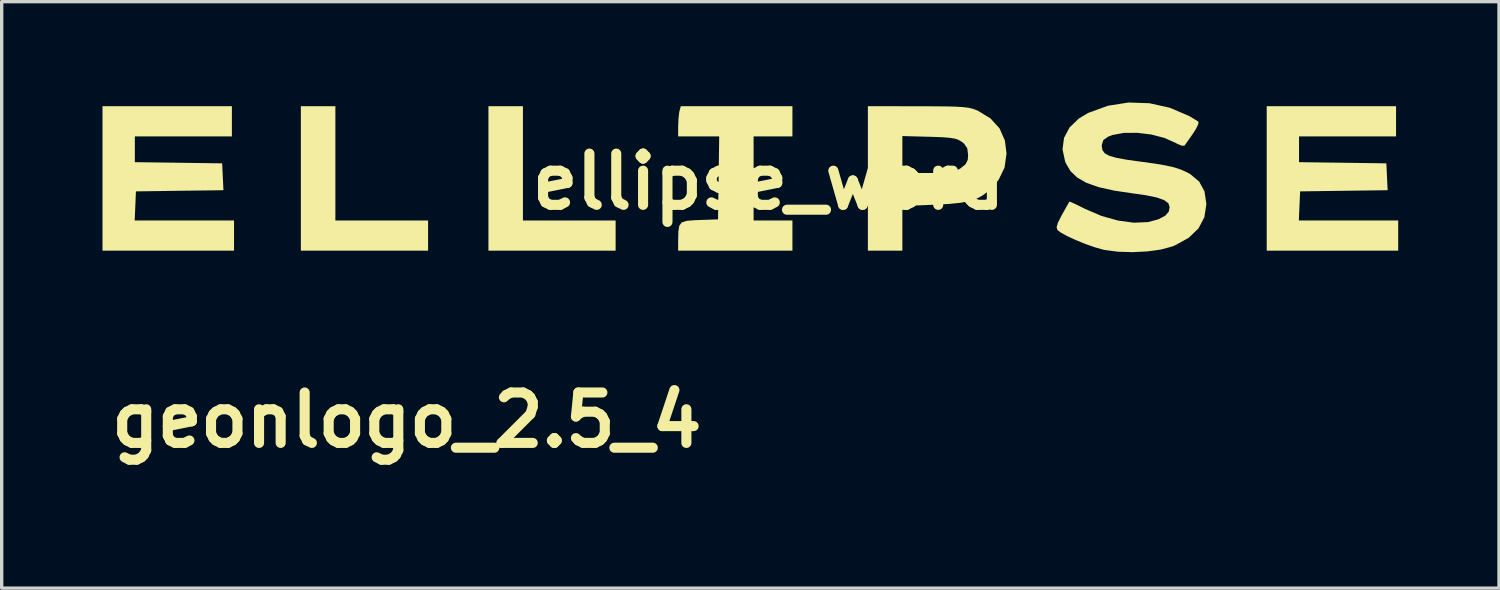
<source format=kicad_pcb>
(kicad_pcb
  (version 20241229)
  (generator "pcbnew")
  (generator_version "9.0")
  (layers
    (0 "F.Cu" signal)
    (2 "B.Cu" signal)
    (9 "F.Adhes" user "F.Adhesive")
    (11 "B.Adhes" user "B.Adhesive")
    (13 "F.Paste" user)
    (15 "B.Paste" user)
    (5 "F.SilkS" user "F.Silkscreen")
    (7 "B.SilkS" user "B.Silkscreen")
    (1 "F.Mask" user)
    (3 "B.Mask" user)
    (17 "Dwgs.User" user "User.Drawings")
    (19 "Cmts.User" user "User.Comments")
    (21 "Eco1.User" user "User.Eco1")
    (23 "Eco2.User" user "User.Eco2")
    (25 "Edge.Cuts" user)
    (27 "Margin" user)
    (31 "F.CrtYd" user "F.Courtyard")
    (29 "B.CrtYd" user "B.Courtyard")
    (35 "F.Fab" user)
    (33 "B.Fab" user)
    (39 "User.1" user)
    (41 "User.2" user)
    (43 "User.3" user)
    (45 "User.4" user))
  (footprint "ellipse_word"
    (layer "F.Cu")
    (at 19.82 2.355)
    (property "Reference" "ellipse_word" (at 0 0 0) (layer "F.SilkS") (effects (font (size 1.524 1.524) (thickness 0.3))))
    (attr board_only exclude_from_pos_files exclude_from_bom)
    (fp_poly (pts (xy -12.892 1.155) (xy -10.134 1.155) (xy -10.134 2.053) (xy -13.919 2.053) (xy -13.919 -2.245) (xy -12.892 -2.245)) (stroke (width 0) (type solid)) (fill yes) (layer "F.SilkS"))
    (fp_poly (pts (xy -7.312 1.155) (xy -4.554 1.155) (xy -4.554 2.053) (xy -8.338 2.053) (xy -8.338 -2.245) (xy -7.312 -2.245)) (stroke (width 0) (type solid)) (fill yes) (layer "F.SilkS"))
    (fp_poly (pts (xy 18.665 -1.347) (xy 15.779 -1.347) (xy 15.779 -0.58) (xy 17.078 -0.563) (xy 18.377 -0.545) (xy 18.415 0.254) (xy 17.113 0.271) (xy 15.811 0.289) (xy 15.792 0.722) (xy 15.773 1.155) (xy 18.729 1.155) (xy 18.729 2.053) (xy 14.817 2.053) (xy 14.817 -2.245) (xy 18.665 -2.245)) (stroke (width 0) (type solid)) (fill yes) (layer "F.SilkS"))
    (fp_poly (pts (xy -15.971 -1.347) (xy -18.858 -1.347) (xy -18.858 -0.58) (xy -17.559 -0.563) (xy -16.26 -0.545) (xy -16.241 -0.146) (xy -16.222 0.254) (xy -17.524 0.271) (xy -18.826 0.289) (xy -18.844 0.722) (xy -18.863 1.155) (xy -15.907 1.155) (xy -15.907 2.053) (xy -19.82 2.053) (xy -19.82 -2.245) (xy -15.971 -2.245)) (stroke (width 0) (type solid)) (fill yes) (layer "F.SilkS"))
    (fp_poly (pts (xy 0.706 -1.347) (xy -0.449 -1.347) (xy -0.449 1.155) (xy 0.706 1.155) (xy 0.706 2.053) (xy -2.694 2.053) (xy -2.693 1.748) (xy -2.688 1.48) (xy -2.659 1.308) (xy -2.583 1.211) (xy -2.435 1.164) (xy -2.193 1.146) (xy -2.062 1.141) (xy -1.507 1.122) (xy -1.49 -0.112) (xy -1.472 -1.347) (xy -2.694 -1.347) (xy -2.693 -1.652) (xy -2.684 -1.868) (xy -2.664 -2.052) (xy -2.654 -2.101) (xy -2.615 -2.245) (xy 0.706 -2.245)) (stroke (width 0) (type solid)) (fill yes) (layer "F.SilkS"))
    (fp_poly (pts (xy 4.442 -2.244) (xy 4.924 -2.242) (xy 5.297 -2.239) (xy 5.579 -2.231) (xy 5.789 -2.218) (xy 5.944 -2.199) (xy 6.065 -2.171) (xy 6.168 -2.134) (xy 6.222 -2.111) (xy 6.6 -1.881) (xy 6.869 -1.584) (xy 7.028 -1.222) (xy 7.076 -0.834) (xy 7.017 -0.419) (xy 6.838 -0.05) (xy 6.546 0.27) (xy 6.371 0.406) (xy 6.189 0.506) (xy 5.977 0.578) (xy 5.71 0.628) (xy 5.365 0.662) (xy 4.917 0.686) (xy 4.891 0.687) (xy 3.977 0.723) (xy 3.977 2.053) (xy 2.951 2.053) (xy 2.951 -1.357) (xy 3.977 -1.357) (xy 3.977 -0.257) (xy 4.737 -0.257) (xy 5.069 -0.259) (xy 5.302 -0.269) (xy 5.463 -0.29) (xy 5.582 -0.327) (xy 5.687 -0.385) (xy 5.715 -0.403) (xy 5.861 -0.523) (xy 5.923 -0.652) (xy 5.933 -0.797) (xy 5.909 -0.992) (xy 5.816 -1.127) (xy 5.752 -1.18) (xy 5.659 -1.238) (xy 5.546 -1.279) (xy 5.386 -1.305) (xy 5.153 -1.323) (xy 4.822 -1.335) (xy 4.774 -1.336) (xy 3.977 -1.357) (xy 2.951 -1.357) (xy 2.951 -2.245)) (stroke (width 0) (type solid)) (fill yes) (layer "F.SilkS"))
    (fp_poly (pts (xy 11.327 -2.334) (xy 11.938 -2.198) (xy 12.518 -1.949) (xy 12.784 -1.787) (xy 12.783 -1.718) (xy 12.718 -1.579) (xy 12.628 -1.437) (xy 12.505 -1.261) (xy 12.41 -1.127) (xy 12.373 -1.074) (xy 12.3 -1.068) (xy 12.164 -1.122) (xy 12.116 -1.148) (xy 11.779 -1.3) (xy 11.383 -1.403) (xy 10.967 -1.454) (xy 10.568 -1.451) (xy 10.225 -1.388) (xy 10.096 -1.338) (xy 9.956 -1.238) (xy 9.911 -1.093) (xy 9.91 -1.058) (xy 9.929 -0.94) (xy 9.996 -0.846) (xy 10.128 -0.772) (xy 10.34 -0.71) (xy 10.651 -0.653) (xy 11.016 -0.602) (xy 11.456 -0.542) (xy 11.793 -0.486) (xy 12.054 -0.428) (xy 12.263 -0.36) (xy 12.446 -0.277) (xy 12.547 -0.221) (xy 12.808 -0.003) (xy 12.966 0.29) (xy 13.021 0.659) (xy 13.021 0.673) (xy 12.962 1.058) (xy 12.787 1.391) (xy 12.496 1.67) (xy 12.092 1.893) (xy 11.994 1.932) (xy 11.669 2.019) (xy 11.263 2.075) (xy 10.821 2.097) (xy 10.385 2.083) (xy 10 2.033) (xy 9.954 2.023) (xy 9.702 1.952) (xy 9.417 1.852) (xy 9.13 1.735) (xy 8.873 1.616) (xy 8.68 1.508) (xy 8.589 1.436) (xy 8.566 1.355) (xy 8.605 1.22) (xy 8.713 1.007) (xy 8.728 0.98) (xy 8.835 0.79) (xy 8.914 0.651) (xy 8.947 0.594) (xy 9.005 0.613) (xy 9.148 0.679) (xy 9.349 0.778) (xy 9.402 0.805) (xy 9.899 1.019) (xy 10.396 1.158) (xy 10.867 1.221) (xy 11.29 1.202) (xy 11.593 1.12) (xy 11.8 1.012) (xy 11.903 0.893) (xy 11.929 0.755) (xy 11.892 0.643) (xy 11.769 0.55) (xy 11.551 0.472) (xy 11.224 0.404) (xy 10.866 0.353) (xy 10.284 0.267) (xy 9.818 0.163) (xy 9.453 0.035) (xy 9.177 -0.124) (xy 8.976 -0.318) (xy 8.838 -0.554) (xy 8.819 -0.602) (xy 8.742 -0.963) (xy 8.787 -1.303) (xy 8.95 -1.611) (xy 9.226 -1.878) (xy 9.506 -2.045) (xy 10.092 -2.259) (xy 10.706 -2.355)) (stroke (width 0) (type solid)) (fill yes) (layer "F.SilkS")))
  (footprint "geonlogo_2.5_4"
    (layer "F.Cu")
    (at 9.05 9.449)
    (property "Reference" "geonlogo_2.5_4" (at 0 0 0) (layer "F.SilkS") (effects (font (size 1.5 1.5) (thickness 0.3))))
    (attr board_only exclude_from_pos_files exclude_from_bom)
    (fp_poly (pts (xy 1.235 -0.743) (xy 1.235 -0.47) (xy 0.766 -0.001) (xy 0.297 0.468) (xy 0.296 0.741) (xy 0.296 1.015) (xy 0.023 0.742) (xy -0.249 0.469) (xy 0.493 -0.273) (xy 1.235 -1.015)) (stroke (width 0) (type solid)) (fill yes) (layer "F.Mask"))
    (fp_poly (pts (xy 1.235 -0.03) (xy 1.235 -0.025) (xy 1.235 -0.017) (xy 1.235 -0.007) (xy 1.235 0.006) (xy 1.235 0.022) (xy 1.235 0.039) (xy 1.235 0.059) (xy 1.235 0.081) (xy 1.235 0.104) (xy 1.235 0.129) (xy 1.235 0.155) (xy 1.235 0.183) (xy 1.235 0.211) (xy 1.235 0.219) (xy 1.235 0.469) (xy 0.984 0.469) (xy 0.734 0.469) (xy 0.984 0.219) (xy 1.008 0.195) (xy 1.031 0.171) (xy 1.054 0.149) (xy 1.076 0.127) (xy 1.097 0.106) (xy 1.117 0.086) (xy 1.135 0.067) (xy 1.153 0.05) (xy 1.169 0.034) (xy 1.183 0.019) (xy 1.196 0.007) (xy 1.208 -0.005) (xy 1.217 -0.014) (xy 1.225 -0.022) (xy 1.23 -0.027) (xy 1.233 -0.03) (xy 1.235 -0.031)) (stroke (width 0) (type solid)) (fill yes) (layer "F.Mask"))
    (fp_poly (pts (xy 1.235 -1.724) (xy 1.235 -1.451) (xy 0.275 -0.491) (xy -0.685 0.469) (xy -0.194 0.961) (xy 0.298 1.453) (xy 0.516 1.236) (xy 0.733 1.019) (xy 0.733 0.745) (xy 0.733 0.472) (xy 0.983 0.722) (xy 1.007 0.746) (xy 1.031 0.769) (xy 1.053 0.792) (xy 1.075 0.814) (xy 1.096 0.835) (xy 1.116 0.855) (xy 1.134 0.874) (xy 1.152 0.891) (xy 1.168 0.907) (xy 1.182 0.922) (xy 1.195 0.935) (xy 1.206 0.946) (xy 1.216 0.955) (xy 1.223 0.963) (xy 1.229 0.969) (xy 1.232 0.972) (xy 1.233 0.973) (xy 1.232 0.975) (xy 1.229 0.978) (xy 1.223 0.984) (xy 1.216 0.992) (xy 1.207 1.002) (xy 1.196 1.014) (xy 1.183 1.028) (xy 1.169 1.044) (xy 1.153 1.061) (xy 1.136 1.08) (xy 1.117 1.101) (xy 1.097 1.123) (xy 1.076 1.146) (xy 1.054 1.17) (xy 1.031 1.195) (xy 1.007 1.221) (xy 0.983 1.249) (xy 0.957 1.276) (xy 0.931 1.305) (xy 0.905 1.334) (xy 0.878 1.364) (xy 0.85 1.394) (xy 0.822 1.425) (xy 0.795 1.455) (xy 0.767 1.486) (xy 0.739 1.517) (xy 0.711 1.547) (xy 0.683 1.578) (xy 0.656 1.608) (xy 0.628 1.637) (xy 0.602 1.667) (xy 0.576 1.695) (xy 0.55 1.723) (xy 0.525 1.75) (xy 0.501 1.777) (xy 0.478 1.802) (xy 0.456 1.826) (xy 0.435 1.849) (xy 0.415 1.871) (xy 0.397 1.892) (xy 0.379 1.911) (xy 0.364 1.928) (xy 0.349 1.944) (xy 0.336 1.958) (xy 0.325 1.97) (xy 0.316 1.98) (xy 0.309 1.988) (xy 0.303 1.994) (xy 0.3 1.998) (xy 0.298 1.999) (xy 0.298 1.999) (xy 0.297 1.998) (xy 0.294 1.995) (xy 0.288 1.989) (xy 0.28 1.981) (xy 0.27 1.971) (xy 0.258 1.959) (xy 0.244 1.945) (xy 0.228 1.929) (xy 0.211 1.912) (xy 0.191 1.892) (xy 0.17 1.871) (xy 0.147 1.848) (xy 0.122 1.824) (xy 0.096 1.798) (xy 0.069 1.77) (xy 0.04 1.741) (xy 0.009 1.711) (xy -0.022 1.679) (xy -0.055 1.646) (xy -0.089 1.612) (xy -0.125 1.577) (xy -0.161 1.541) (xy -0.198 1.504) (xy -0.236 1.466) (xy -0.275 1.427) (xy -0.315 1.387) (xy -0.355 1.346) (xy -0.397 1.305) (xy -0.439 1.263) (xy -0.467 1.234) (xy -1.233 0.469) (xy 0.001 -0.764) (xy 1.234 -1.998)) (stroke (width 0) (type solid)) (fill yes) (layer "F.Mask")))
  (gr_rect
    (start -3 -3)
    (end 41.549 14.448)
    (stroke (width 0.1) (type default))
    (fill no)
    (layer "Edge.Cuts")))
</source>
